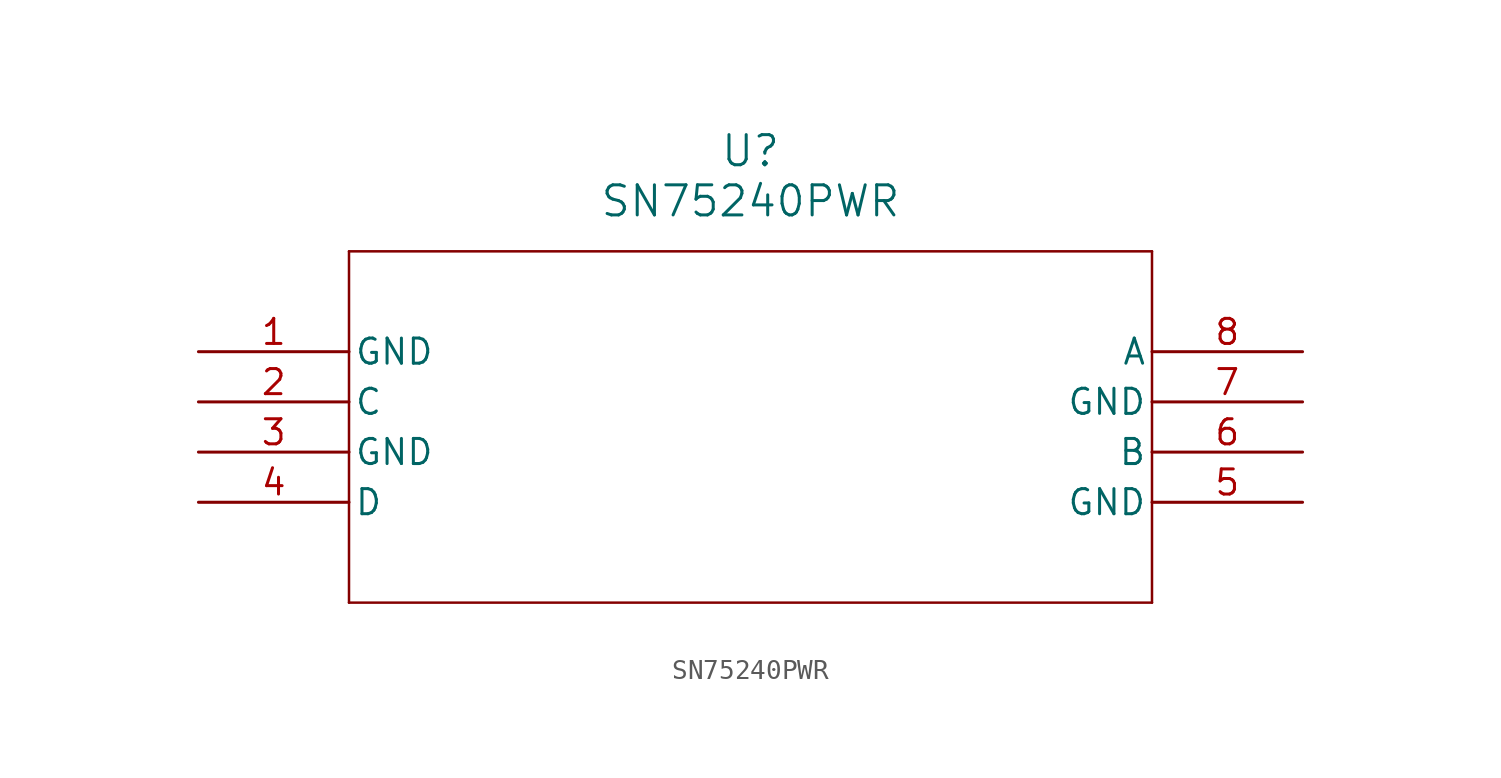
<source format=kicad_sym>
(kicad_symbol_lib
  (version 20211014)
  (generator kicad_symbol_editor)
  (symbol "SN75240PWR"
    (pin_names
      (offset 0.254))
    (property "Reference" "U"
      (at 27.94 10.16 0)
      (effects (font (size 1.524 1.524))))
    (property "Value" "SN75240PWR"
      (at 27.94 7.62 0)
      (effects (font (size 1.524 1.524))))
    (symbol "SN75240PWR_0_1"
      (polyline (pts (xy 7.62 5.08) (xy 7.62 -12.7)) (stroke (width .127) (type default) (color 0 0 0 0)) (fill (type none)))
      (polyline (pts (xy 7.62 -12.7) (xy 48.26 -12.7)) (stroke (width .127) (type default) (color 0 0 0 0)) (fill (type none)))
      (polyline (pts (xy 48.26 -12.7) (xy 48.26 5.08)) (stroke (width .127) (type default) (color 0 0 0 0)) (fill (type none)))
      (polyline (pts (xy 48.26 5.08) (xy 7.62 5.08)) (stroke (width .127) (type default) (color 0 0 0 0)) (fill (type none)))
      (pin power_in line (at 0 0 0) (length 7.62) (name "GND" (effects (font (size 1.27 1.27)))) (number "1" (effects (font (size 1.27 1.27)))))
      (pin input line (at 0 -2.54 0) (length 7.62) (name "C" (effects (font (size 1.27 1.27)))) (number "2" (effects (font (size 1.27 1.27)))))
      (pin power_in line (at 0 -5.08 0) (length 7.62) (name "GND" (effects (font (size 1.27 1.27)))) (number "3" (effects (font (size 1.27 1.27)))))
      (pin input line (at 0 -7.62 0) (length 7.62) (name "D" (effects (font (size 1.27 1.27)))) (number "4" (effects (font (size 1.27 1.27)))))
      (pin power_in line (at 55.88 -7.62 180) (length 7.62) (name "GND" (effects (font (size 1.27 1.27)))) (number "5" (effects (font (size 1.27 1.27)))))
      (pin input line (at 55.88 -5.08 180) (length 7.62) (name "B" (effects (font (size 1.27 1.27)))) (number "6" (effects (font (size 1.27 1.27)))))
      (pin power_in line (at 55.88 -2.54 180) (length 7.62) (name "GND" (effects (font (size 1.27 1.27)))) (number "7" (effects (font (size 1.27 1.27)))))
      (pin input line (at 55.88 0 180) (length 7.62) (name "A" (effects (font (size 1.27 1.27)))) (number "8" (effects (font (size 1.27 1.27))))))))
</source>
